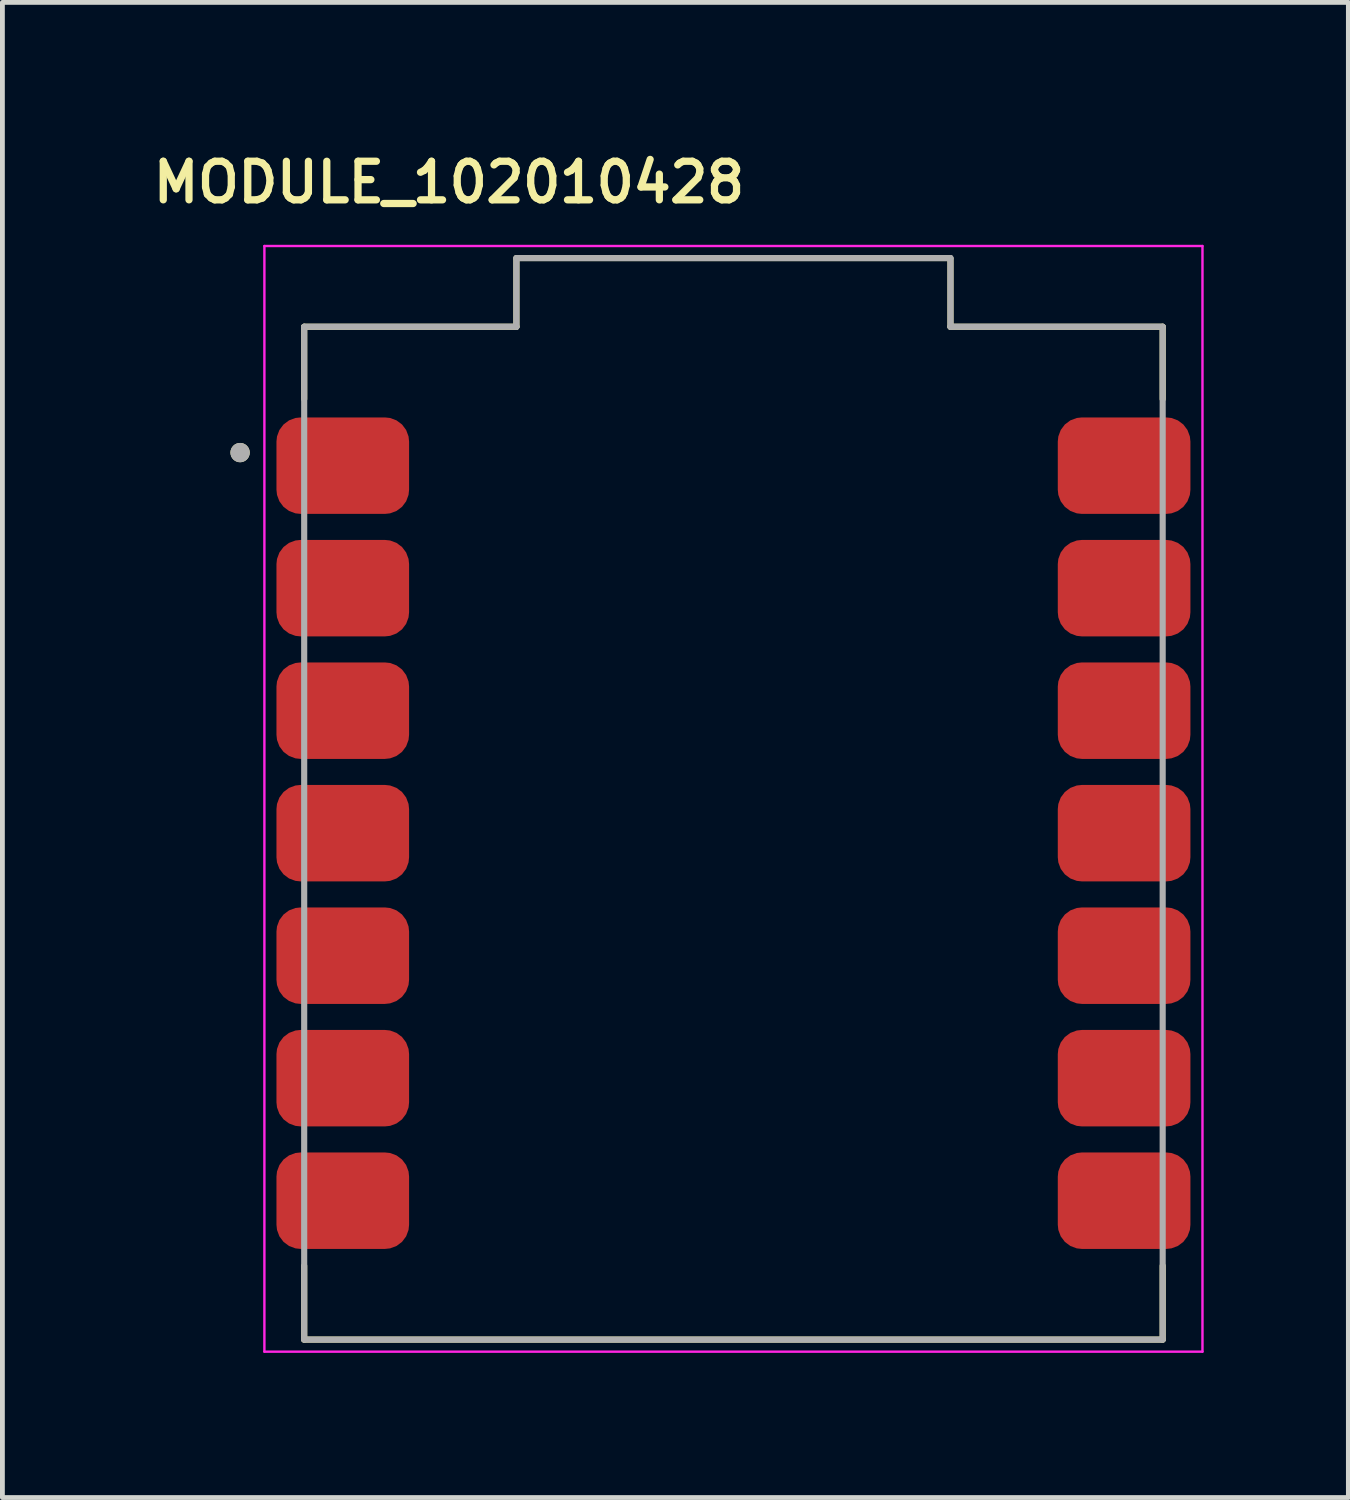
<source format=kicad_pcb>
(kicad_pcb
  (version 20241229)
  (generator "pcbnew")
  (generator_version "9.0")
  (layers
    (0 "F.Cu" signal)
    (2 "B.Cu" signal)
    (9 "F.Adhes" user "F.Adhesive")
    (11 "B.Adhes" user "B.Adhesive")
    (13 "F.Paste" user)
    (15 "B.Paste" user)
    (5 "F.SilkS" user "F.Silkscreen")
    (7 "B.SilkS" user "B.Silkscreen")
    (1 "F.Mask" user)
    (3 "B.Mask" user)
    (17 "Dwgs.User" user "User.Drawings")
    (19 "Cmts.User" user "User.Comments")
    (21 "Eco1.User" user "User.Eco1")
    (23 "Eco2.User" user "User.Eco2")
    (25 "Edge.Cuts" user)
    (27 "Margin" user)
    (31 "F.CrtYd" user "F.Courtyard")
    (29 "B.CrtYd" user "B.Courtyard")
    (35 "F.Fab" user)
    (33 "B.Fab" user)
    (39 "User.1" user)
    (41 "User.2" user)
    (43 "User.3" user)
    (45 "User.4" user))
  (footprint "MODULE_102010428"
    (layer "F.Cu")
    (at 12.157 14.225)
    (property "Reference" "MODULE_102010428" (at -5.898 -13.494 0) (layer "F.SilkS") (effects (font (size 0.8 0.8) (thickness 0.15))))
    (attr smd)
    (fp_line (start -8.9 -10.5) (end -4.5 -10.5) (stroke (width 0.127) (type solid)) (layer "F.SilkS"))
    (fp_line (start -8.9 -9) (end -8.9 -10.5) (stroke (width 0.127) (type solid)) (layer "F.SilkS"))
    (fp_line (start -8.9 8.97) (end -8.9 10.5) (stroke (width 0.127) (type solid)) (layer "F.SilkS"))
    (fp_line (start -8.9 10.5) (end 8.9 10.5) (stroke (width 0.127) (type solid)) (layer "F.SilkS"))
    (fp_line (start -4.5 -11.924) (end 4.495 -11.924) (stroke (width 0.127) (type solid)) (layer "F.SilkS"))
    (fp_line (start -4.5 -10.5) (end -4.5 -11.9) (stroke (width 0.127) (type solid)) (layer "F.SilkS"))
    (fp_line (start 4.5 -11.9) (end 4.5 -10.5) (stroke (width 0.127) (type solid)) (layer "F.SilkS"))
    (fp_line (start 4.5 -10.5) (end 8.9 -10.5) (stroke (width 0.127) (type solid)) (layer "F.SilkS"))
    (fp_line (start 8.9 -10.5) (end 8.9 -9) (stroke (width 0.127) (type solid)) (layer "F.SilkS"))
    (fp_line (start 8.9 10.5) (end 8.9 8.97) (stroke (width 0.127) (type solid)) (layer "F.SilkS"))
    (fp_circle (center -10.229 -7.891) (end -10.129 -7.891) (stroke (width 0.2) (type solid)) (fill no) (layer "F.SilkS"))
    (fp_line (start -9.725 -12.174) (end 9.725 -12.174) (stroke (width 0.05) (type solid)) (layer "F.CrtYd"))
    (fp_line (start -9.725 10.75) (end -9.725 -12.174) (stroke (width 0.05) (type solid)) (layer "F.CrtYd"))
    (fp_line (start 9.725 -12.174) (end 9.725 10.75) (stroke (width 0.05) (type solid)) (layer "F.CrtYd"))
    (fp_line (start 9.725 10.75) (end -9.725 10.75) (stroke (width 0.05) (type solid)) (layer "F.CrtYd"))
    (fp_line (start -8.9 -10.5) (end -8.9 10.5) (stroke (width 0.127) (type solid)) (layer "F.Fab"))
    (fp_line (start -8.9 10.5) (end 8.9 10.5) (stroke (width 0.127) (type solid)) (layer "F.Fab"))
    (fp_line (start -4.5 -11.924) (end -4.5 -10.5) (stroke (width 0.127) (type solid)) (layer "F.Fab"))
    (fp_line (start -4.5 -10.5) (end -8.9 -10.5) (stroke (width 0.127) (type solid)) (layer "F.Fab"))
    (fp_line (start 4.5 -11.924) (end -4.5 -11.924) (stroke (width 0.127) (type solid)) (layer "F.Fab"))
    (fp_line (start 4.5 -10.5) (end 4.5 -11.924) (stroke (width 0.127) (type solid)) (layer "F.Fab"))
    (fp_line (start 8.9 -10.5) (end 4.5 -10.5) (stroke (width 0.127) (type solid)) (layer "F.Fab"))
    (fp_line (start 8.9 10.5) (end 8.9 -10.5) (stroke (width 0.127) (type solid)) (layer "F.Fab"))
    (fp_circle (center -10.229 -7.891) (end -10.129 -7.891) (stroke (width 0.2) (type solid)) (fill no) (layer "F.Fab"))
    (pad "1" smd roundrect (at -8.1 -7.62) (size 2.75 2) (layers "F.Cu" "F.Mask" "F.Paste") (roundrect_rratio 0.25))
    (pad "2" smd roundrect (at -8.1 -5.08) (size 2.75 2) (layers "F.Cu" "F.Mask" "F.Paste") (roundrect_rratio 0.25))
    (pad "3" smd roundrect (at -8.1 -2.54) (size 2.75 2) (layers "F.Cu" "F.Mask" "F.Paste") (roundrect_rratio 0.25))
    (pad "4" smd roundrect (at -8.1 0) (size 2.75 2) (layers "F.Cu" "F.Mask" "F.Paste") (roundrect_rratio 0.25))
    (pad "5" smd roundrect (at -8.1 2.54) (size 2.75 2) (layers "F.Cu" "F.Mask" "F.Paste") (roundrect_rratio 0.25))
    (pad "6" smd roundrect (at -8.1 5.08) (size 2.75 2) (layers "F.Cu" "F.Mask" "F.Paste") (roundrect_rratio 0.25))
    (pad "7" smd roundrect (at -8.1 7.62) (size 2.75 2) (layers "F.Cu" "F.Mask" "F.Paste") (roundrect_rratio 0.25))
    (pad "8" smd roundrect (at 8.1 7.62) (size 2.75 2) (layers "F.Cu" "F.Mask" "F.Paste") (roundrect_rratio 0.25))
    (pad "9" smd roundrect (at 8.1 5.08) (size 2.75 2) (layers "F.Cu" "F.Mask" "F.Paste") (roundrect_rratio 0.25))
    (pad "10" smd roundrect (at 8.1 2.54) (size 2.75 2) (layers "F.Cu" "F.Mask" "F.Paste") (roundrect_rratio 0.25))
    (pad "11" smd roundrect (at 8.1 0) (size 2.75 2) (layers "F.Cu" "F.Mask" "F.Paste") (roundrect_rratio 0.25))
    (pad "12" smd roundrect (at 8.1 -2.54) (size 2.75 2) (layers "F.Cu" "F.Mask" "F.Paste") (roundrect_rratio 0.25))
    (pad "13" smd roundrect (at 8.1 -5.08) (size 2.75 2) (layers "F.Cu" "F.Mask" "F.Paste") (roundrect_rratio 0.25))
    (pad "14" smd roundrect (at 8.1 -7.62) (size 2.75 2) (layers "F.Cu" "F.Mask" "F.Paste") (roundrect_rratio 0.25))
    (zone (net_name "") (layer "F.Cu") (hatch full 0.508) (connect_pads) (min_thickness 0.01) (filled_areas_thickness no) (keepout (tracks not_allowed) (vias not_allowed) (pads not_allowed) (copperpour not_allowed) (footprints allowed)) (placement (enabled no)) (fill) (polygon (pts (xy 6.95 3.643) (xy 8.728 3.643) (xy 8.728 6.31) (xy 6.95 6.31))))
    (zone (net_name "") (layer "F.Cu") (hatch full 0.508) (connect_pads) (min_thickness 0.01) (filled_areas_thickness no) (keepout (tracks not_allowed) (vias not_allowed) (pads not_allowed) (copperpour not_allowed) (footprints allowed)) (placement (enabled no)) (fill) (polygon (pts (xy 6.95 7.707) (xy 8.728 7.707) (xy 8.728 10.374) (xy 6.95 10.374))))
    (zone (net_name "") (layer "F.Cu") (hatch full 0.508) (connect_pads) (min_thickness 0.01) (filled_areas_thickness no) (keepout (tracks not_allowed) (vias not_allowed) (pads not_allowed) (copperpour not_allowed) (footprints allowed)) (placement (enabled no)) (fill) (polygon (pts (xy 9.617 4.405) (xy 14.697 4.405) (xy 14.697 8.85) (xy 9.617 8.85))))
    (zone (net_name "") (layer "F.Cu") (hatch full 0.508) (connect_pads) (min_thickness 0.01) (filled_areas_thickness no) (keepout (tracks not_allowed) (vias not_allowed) (pads not_allowed) (copperpour not_allowed) (footprints allowed)) (placement (enabled no)) (fill) (polygon (pts (xy 9.617 21.55) (xy 15.332 21.55) (xy 15.332 24.09) (xy 9.617 24.09))))
    (zone (net_name "") (layer "F.Cu") (hatch full 0.508) (connect_pads) (min_thickness 0.01) (filled_areas_thickness no) (keepout (tracks not_allowed) (vias not_allowed) (pads not_allowed) (copperpour not_allowed) (footprints allowed)) (placement (enabled no)) (fill) (polygon (pts (xy 15.586 3.643) (xy 17.364 3.643) (xy 17.364 6.31) (xy 15.586 6.31))))
    (zone (net_name "") (layer "F.Cu") (hatch full 0.508) (connect_pads) (min_thickness 0.01) (filled_areas_thickness no) (keepout (tracks not_allowed) (vias not_allowed) (pads not_allowed) (copperpour not_allowed) (footprints allowed)) (placement (enabled no)) (fill) (polygon (pts (xy 15.586 7.707) (xy 17.364 7.707) (xy 17.364 10.374) (xy 15.586 10.374))))
    (zone (net_name "") (layers "F.Cu" "B.Cu") (hatch full 0.508) (connect_pads) (min_thickness 0.01) (filled_areas_thickness no) (keepout (tracks allowed) (vias not_allowed) (pads allowed) (copperpour allowed) (footprints allowed)) (placement (enabled no)) (fill) (polygon (pts (xy 6.95 3.643) (xy 8.728 3.643) (xy 8.728 6.31) (xy 6.95 6.31))))
    (zone (net_name "") (layers "F.Cu" "B.Cu") (hatch full 0.508) (connect_pads) (min_thickness 0.01) (filled_areas_thickness no) (keepout (tracks allowed) (vias not_allowed) (pads allowed) (copperpour allowed) (footprints allowed)) (placement (enabled no)) (fill) (polygon (pts (xy 6.95 7.707) (xy 8.728 7.707) (xy 8.728 10.374) (xy 6.95 10.374))))
    (zone (net_name "") (layers "F.Cu" "B.Cu") (hatch full 0.508) (connect_pads) (min_thickness 0.01) (filled_areas_thickness no) (keepout (tracks allowed) (vias not_allowed) (pads allowed) (copperpour allowed) (footprints allowed)) (placement (enabled no)) (fill) (polygon (pts (xy 9.617 4.405) (xy 14.697 4.405) (xy 14.697 8.85) (xy 9.617 8.85))))
    (zone (net_name "") (layers "F.Cu" "B.Cu") (hatch full 0.508) (connect_pads) (min_thickness 0.01) (filled_areas_thickness no) (keepout (tracks allowed) (vias not_allowed) (pads allowed) (copperpour allowed) (footprints allowed)) (placement (enabled no)) (fill) (polygon (pts (xy 9.617 21.55) (xy 15.332 21.55) (xy 15.332 24.09) (xy 9.617 24.09))))
    (zone (net_name "") (layers "F.Cu" "B.Cu") (hatch full 0.508) (connect_pads) (min_thickness 0.01) (filled_areas_thickness no) (keepout (tracks allowed) (vias not_allowed) (pads allowed) (copperpour allowed) (footprints allowed)) (placement (enabled no)) (fill) (polygon (pts (xy 15.586 3.643) (xy 17.364 3.643) (xy 17.364 6.31) (xy 15.586 6.31))))
    (zone (net_name "") (layers "F.Cu" "B.Cu") (hatch full 0.508) (connect_pads) (min_thickness 0.01) (filled_areas_thickness no) (keepout (tracks allowed) (vias not_allowed) (pads allowed) (copperpour allowed) (footprints allowed)) (placement (enabled no)) (fill) (polygon (pts (xy 15.586 7.707) (xy 17.364 7.707) (xy 17.364 10.374) (xy 15.586 10.374)))))
  (gr_rect
    (start -3 -3)
    (end 24.907 28)
    (stroke (width 0.1) (type default))
    (fill no)
    (layer "Edge.Cuts")))
</source>
